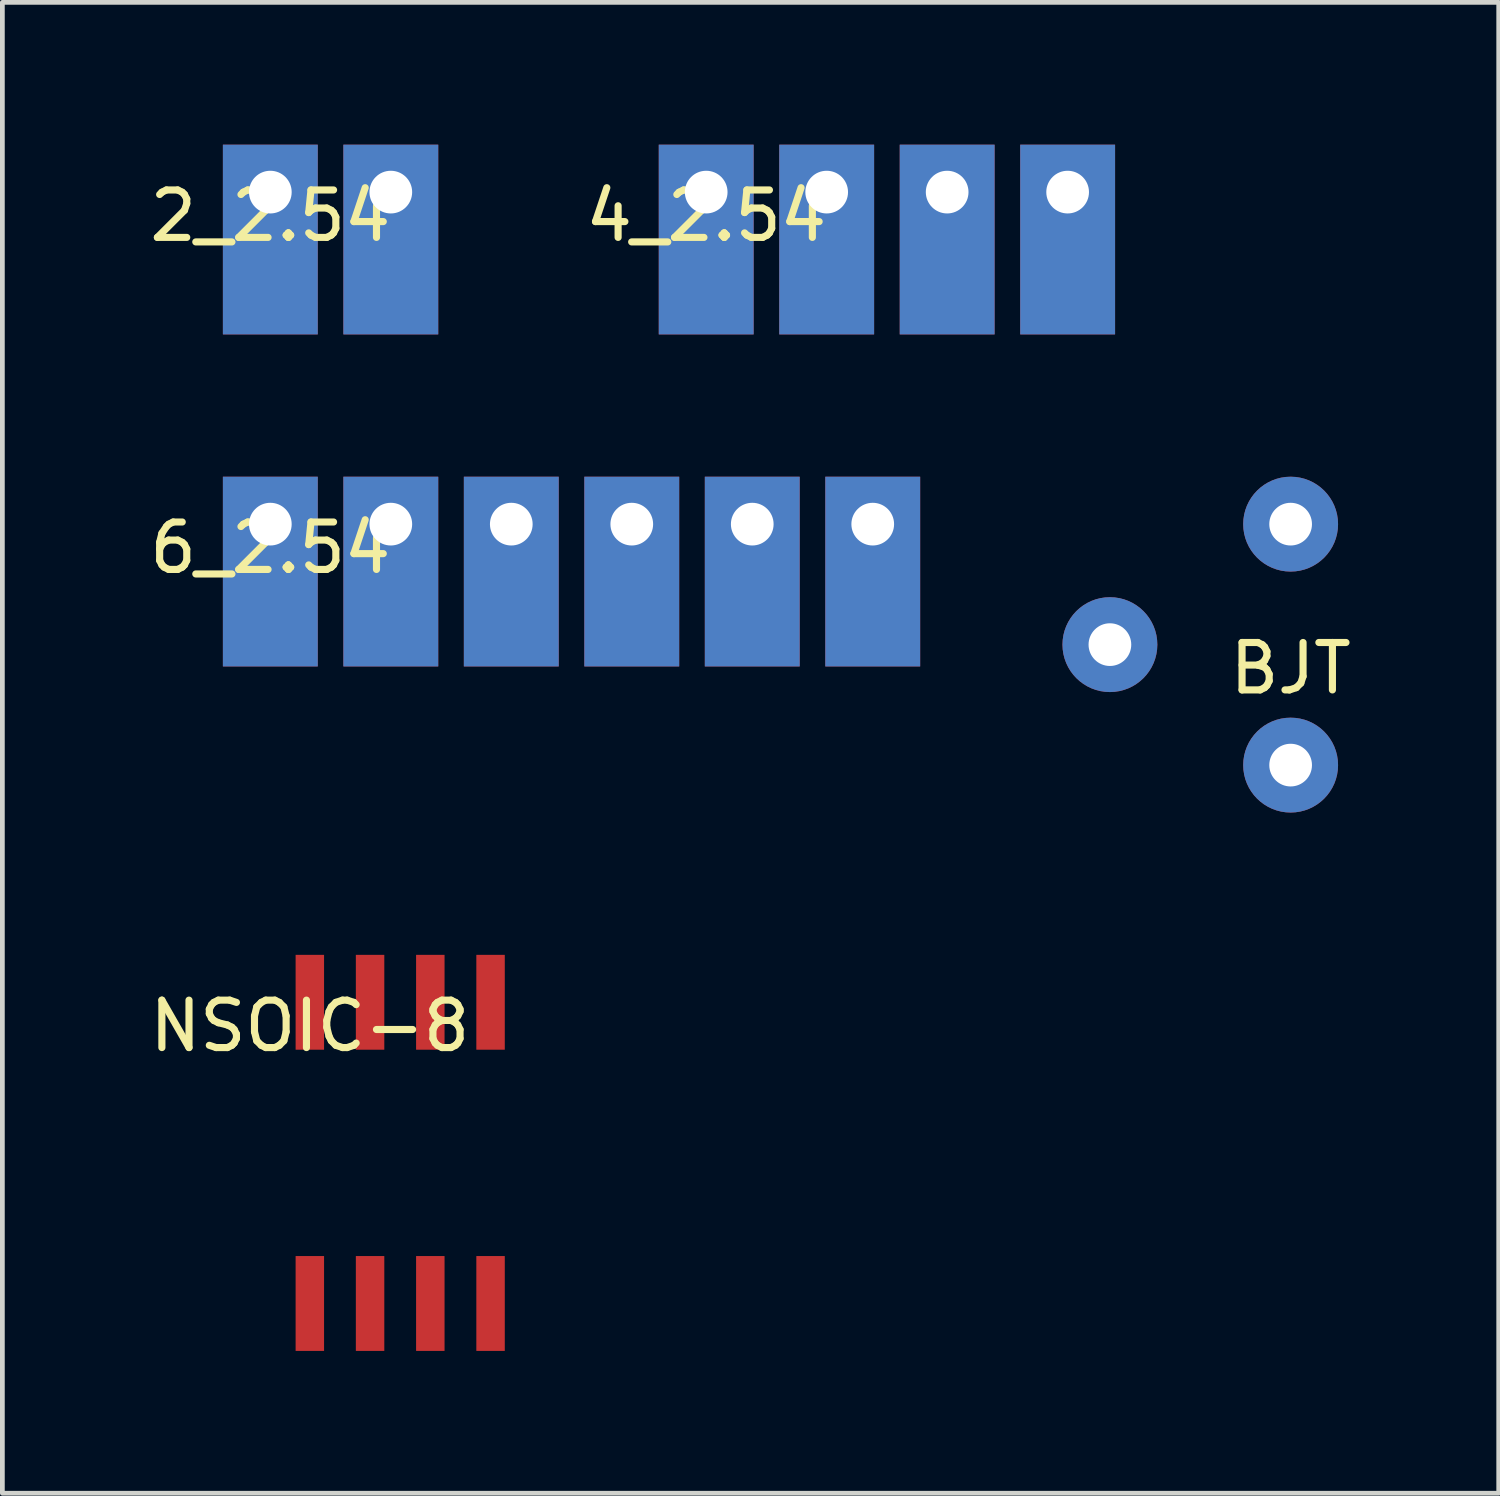
<source format=kicad_pcb>
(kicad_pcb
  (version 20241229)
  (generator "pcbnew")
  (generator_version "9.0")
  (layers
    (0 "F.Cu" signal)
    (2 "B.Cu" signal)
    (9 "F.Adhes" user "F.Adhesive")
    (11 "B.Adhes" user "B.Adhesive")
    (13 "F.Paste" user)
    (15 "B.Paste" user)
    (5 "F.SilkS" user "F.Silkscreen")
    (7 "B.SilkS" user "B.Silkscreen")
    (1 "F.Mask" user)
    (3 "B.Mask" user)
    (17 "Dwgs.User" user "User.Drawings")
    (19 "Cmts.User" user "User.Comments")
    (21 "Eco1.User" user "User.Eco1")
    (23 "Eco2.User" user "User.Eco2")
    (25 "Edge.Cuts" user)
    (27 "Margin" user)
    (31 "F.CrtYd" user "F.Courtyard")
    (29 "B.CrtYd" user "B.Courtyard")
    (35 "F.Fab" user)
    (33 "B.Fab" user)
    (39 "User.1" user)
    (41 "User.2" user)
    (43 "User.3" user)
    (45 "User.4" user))
  (footprint "4_2.54"
    (layer "F.Cu")
    (at 11.838 1)
    (property "Reference" "4_2.54" (at 0 0.5 0) (layer "F.SilkS") (effects (font (size 1 1) (thickness 0.15))))
    (attr through_hole)
    (pad "1" thru_hole rect (at 0 0) (size 2 4) (drill 0.9 (offset 0 1)) (layers "*.Cu" "*.Mask" "B.Adhes"))
    (pad "2" thru_hole rect (at 2.54 0) (size 2 4) (drill 0.9 (offset 0 1)) (layers "*.Cu" "*.Mask" "B.Adhes"))
    (pad "3" thru_hole rect (at 5.08 0) (size 2 4) (drill 0.9 (offset 0 1)) (layers "*.Cu" "*.Mask" "B.Adhes"))
    (pad "4" thru_hole rect (at 7.62 0) (size 2 4) (drill 0.9 (offset 0 1)) (layers "*.Cu" "*.Mask" "B.Adhes")))
  (footprint "6_2.54"
    (layer "F.Cu")
    (at 2.649 8)
    (property "Reference" "6_2.54" (at 0 0.5 0) (layer "F.SilkS") (effects (font (size 1 1) (thickness 0.15))))
    (attr through_hole)
    (pad "1" thru_hole rect (at 0 0) (size 2 4) (drill 0.9 (offset 0 1)) (layers "*.Cu" "*.Mask" "B.Adhes"))
    (pad "2" thru_hole rect (at 2.54 0) (size 2 4) (drill 0.9 (offset 0 1)) (layers "*.Cu" "*.Mask" "B.Adhes"))
    (pad "3" thru_hole rect (at 5.08 0) (size 2 4) (drill 0.9 (offset 0 1)) (layers "*.Cu" "*.Mask" "B.Adhes"))
    (pad "4" thru_hole rect (at 7.62 0) (size 2 4) (drill 0.9 (offset 0 1)) (layers "*.Cu" "*.Mask" "B.Adhes"))
    (pad "5" thru_hole rect (at 10.16 0) (size 2 4) (drill 0.9 (offset 0 1)) (layers "*.Cu" "*.Mask" "B.Adhes"))
    (pad "6" thru_hole rect (at 12.7 0) (size 2 4) (drill 0.9 (offset 0 1)) (layers "*.Cu" "*.Mask" "B.Adhes")))
  (footprint "BJT"
    (layer "F.Cu")
    (at 24.159 10.54)
    (property "Reference" "BJT" (at 0 0.5 0) (layer "F.SilkS") (effects (font (size 1 1) (thickness 0.15))))
    (attr through_hole)
    (pad "1" thru_hole circle (at 0 2.54) (size 2 2) (drill 0.9) (layers "*.Cu" "*.Mask" "B.Adhes"))
    (pad "2" thru_hole circle (at -3.81 0) (size 2 2) (drill 0.9) (layers "*.Cu" "*.Mask" "B.Adhes"))
    (pad "3" thru_hole circle (at 0 -2.54) (size 2 2) (drill 0.9) (layers "*.Cu" "*.Mask" "B.Adhes")))
  (footprint "2_2.54"
    (layer "F.Cu")
    (at 2.649 1)
    (property "Reference" "2_2.54" (at 0 0.5 0) (layer "F.SilkS") (effects (font (size 1 1) (thickness 0.15))))
    (attr through_hole)
    (pad "1" thru_hole rect (at 0 0) (size 2 4) (drill 0.9 (offset 0 1)) (layers "*.Cu" "*.Mask"))
    (pad "2" thru_hole rect (at 2.54 0) (size 2 4) (drill 0.9 (offset 0 1)) (layers "*.Cu" "*.Mask")))
  (footprint "NSOIC-8"
    (layer "F.Cu")
    (at 3.482 18.08)
    (property "Reference" "NSOIC-8" (at 0 0.5 0) (layer "F.SilkS") (effects (font (size 1 1) (thickness 0.15))))
    (attr through_hole)
    (pad "1" smd rect (at 0 0) (size 0.6 2) (layers "F.Cu" "F.Mask" "F.Paste"))
    (pad "2" smd rect (at 1.27 0) (size 0.6 2) (layers "F.Cu" "F.Mask" "F.Paste"))
    (pad "3" smd rect (at 2.54 0) (size 0.6 2) (layers "F.Cu" "F.Mask" "F.Paste"))
    (pad "4" smd rect (at 3.81 0) (size 0.6 2) (layers "F.Cu" "F.Mask" "F.Paste"))
    (pad "5" smd rect (at 0 6.35) (size 0.6 2) (layers "F.Cu" "F.Mask" "F.Paste"))
    (pad "6" smd rect (at 1.27 6.35) (size 0.6 2) (layers "F.Cu" "F.Mask" "F.Paste"))
    (pad "7" smd rect (at 2.54 6.35) (size 0.6 2) (layers "F.Cu" "F.Mask" "F.Paste"))
    (pad "8" smd rect (at 3.81 6.35) (size 0.6 2) (layers "F.Cu" "F.Mask" "F.Paste")))
  (gr_rect
    (start -3 -3)
    (end 28.546 28.43)
    (stroke (width 0.1) (type default))
    (fill no)
    (layer "Edge.Cuts")))
</source>
